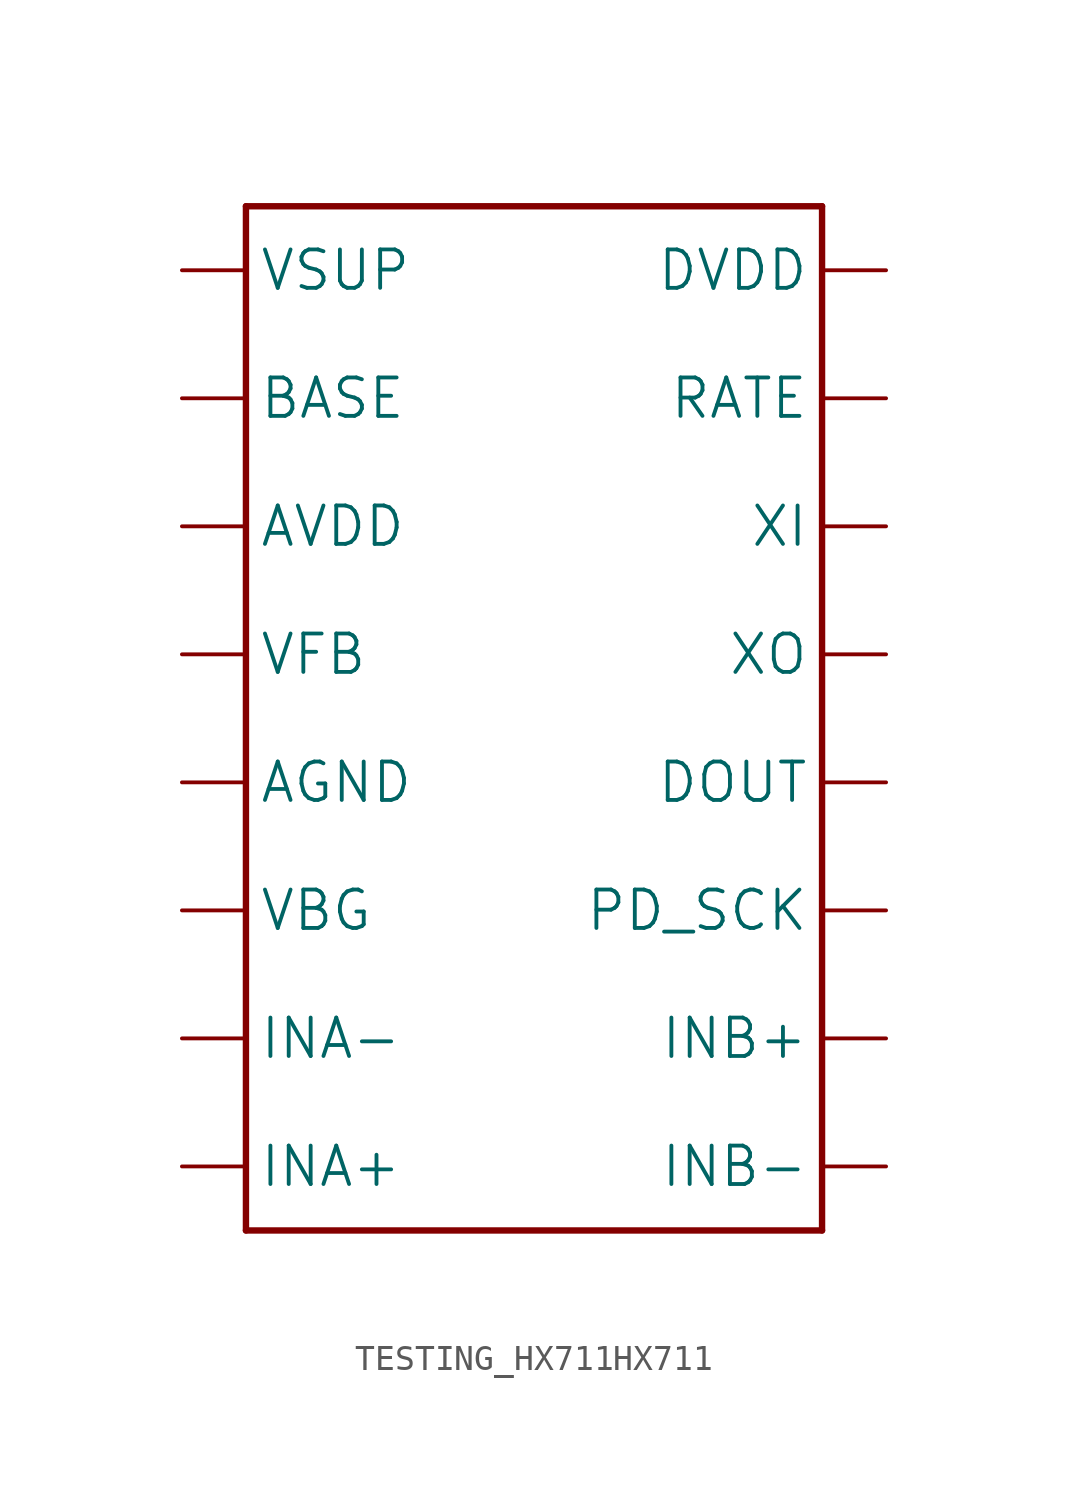
<source format=kicad_sym>
(kicad_symbol_lib
  (version 20241209)
  (generator "kicad_symbol_editor")
  (generator_version "9.0")
  (symbol "TESTING_HX711HX711"
    (property "Reference" "U"
      (at -12.7 21.082 0)
      (effects (font (size 1.778 1.511)) (justify left bottom) (hide yes)))
    (property "ki_locked" ""
      (at 0 0 0)
      (effects (font (size 1.27 1.27))))
    (symbol "TESTING_HX711HX711_1_0"
      (polyline (pts (xy -12.7 20.32) (xy 10.16 20.32)) (stroke (width 0.254) (type solid)) (fill (type none)))
      (polyline (pts (xy -12.7 -20.32) (xy -12.7 20.32)) (stroke (width 0.254) (type solid)) (fill (type none)))
      (polyline (pts (xy 10.16 20.32) (xy 10.16 -20.32)) (stroke (width 0.254) (type solid)) (fill (type none)))
      (polyline (pts (xy 10.16 -20.32) (xy -12.7 -20.32)) (stroke (width 0.254) (type solid)) (fill (type none)))
      (pin bidirectional line (at -15.24 17.78 0) (length 2.54) (name "VSUP" (effects (font (size 1.524 1.524)))) (number "1" (effects (font (size 0 0)))))
      (pin bidirectional line (at -15.24 12.7 0) (length 2.54) (name "BASE" (effects (font (size 1.524 1.524)))) (number "2" (effects (font (size 0 0)))))
      (pin bidirectional line (at -15.24 7.62 0) (length 2.54) (name "AVDD" (effects (font (size 1.524 1.524)))) (number "3" (effects (font (size 0 0)))))
      (pin bidirectional line (at -15.24 2.54 0) (length 2.54) (name "VFB" (effects (font (size 1.524 1.524)))) (number "4" (effects (font (size 0 0)))))
      (pin bidirectional line (at -15.24 -2.54 0) (length 2.54) (name "AGND" (effects (font (size 1.524 1.524)))) (number "5" (effects (font (size 0 0)))))
      (pin bidirectional line (at -15.24 -7.62 0) (length 2.54) (name "VBG" (effects (font (size 1.524 1.524)))) (number "6" (effects (font (size 0 0)))))
      (pin bidirectional line (at -15.24 -12.7 0) (length 2.54) (name "INA-" (effects (font (size 1.524 1.524)))) (number "7" (effects (font (size 0 0)))))
      (pin bidirectional line (at -15.24 -17.78 0) (length 2.54) (name "INA+" (effects (font (size 1.524 1.524)))) (number "8" (effects (font (size 0 0)))))
      (pin bidirectional line (at 12.7 17.78 180) (length 2.54) (name "DVDD" (effects (font (size 1.524 1.524)))) (number "16" (effects (font (size 0 0)))))
      (pin bidirectional line (at 12.7 12.7 180) (length 2.54) (name "RATE" (effects (font (size 1.524 1.524)))) (number "15" (effects (font (size 0 0)))))
      (pin bidirectional line (at 12.7 7.62 180) (length 2.54) (name "XI" (effects (font (size 1.524 1.524)))) (number "14" (effects (font (size 0 0)))))
      (pin bidirectional line (at 12.7 2.54 180) (length 2.54) (name "XO" (effects (font (size 1.524 1.524)))) (number "13" (effects (font (size 0 0)))))
      (pin bidirectional line (at 12.7 -2.54 180) (length 2.54) (name "DOUT" (effects (font (size 1.524 1.524)))) (number "12" (effects (font (size 0 0)))))
      (pin bidirectional line (at 12.7 -7.62 180) (length 2.54) (name "PD_SCK" (effects (font (size 1.524 1.524)))) (number "11" (effects (font (size 0 0)))))
      (pin bidirectional line (at 12.7 -12.7 180) (length 2.54) (name "INB+" (effects (font (size 1.524 1.524)))) (number "10" (effects (font (size 0 0)))))
      (pin bidirectional line (at 12.7 -17.78 180) (length 2.54) (name "INB-" (effects (font (size 1.524 1.524)))) (number "9" (effects (font (size 0 0))))))))
</source>
